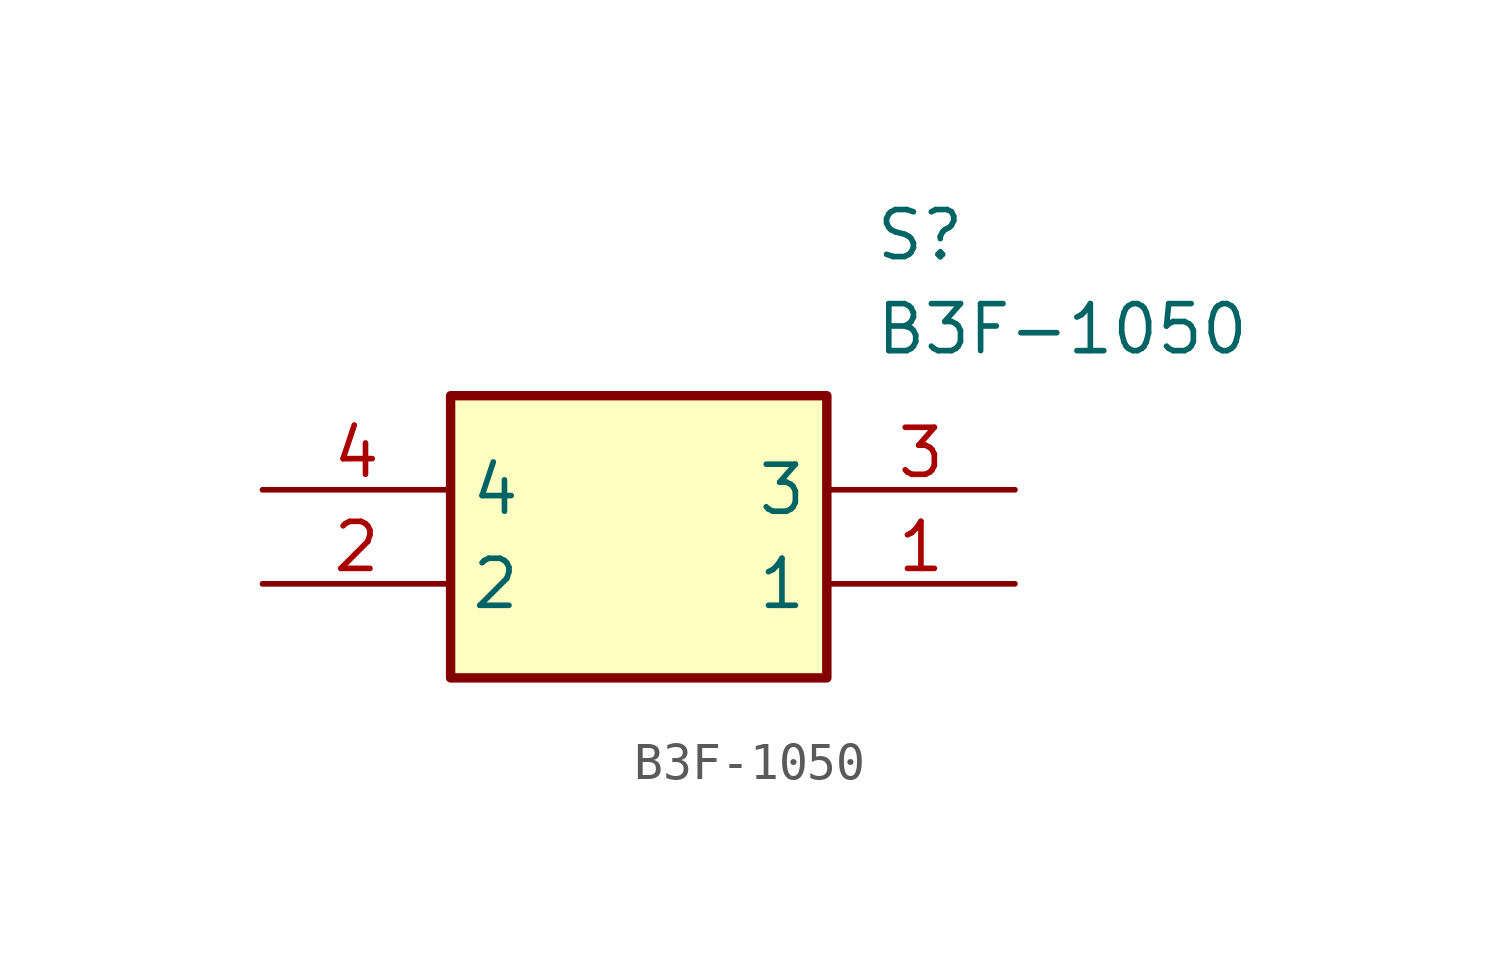
<source format=kicad_sym>
(kicad_symbol_lib
  (version 20211014)
  (generator SamacSys_ECAD_Model)
  (symbol "B3F-1050"
    (property "Reference" "S"
      (at 16.51 7.62 0)
      (effects (font (size 1.27 1.27)) (justify left top)))
    (property "Value" "B3F-1050"
      (at 16.51 5.08 0)
      (effects (font (size 1.27 1.27)) (justify left top)))
    (rectangle
      (start 5.08 2.54)
      (end 15.24 -5.08)
      (stroke (width 0.254) (type default))
      (fill (type background)))
    (pin passive line
      (at 20.32 -2.54 180)
      (length 5.08)
      (name "1" (effects (font (size 1.27 1.27))))
      (number "1" (effects (font (size 1.27 1.27)))))
    (pin passive line
      (at 0 -2.54 0)
      (length 5.08)
      (name "2" (effects (font (size 1.27 1.27))))
      (number "2" (effects (font (size 1.27 1.27)))))
    (pin passive line
      (at 20.32 0 180)
      (length 5.08)
      (name "3" (effects (font (size 1.27 1.27))))
      (number "3" (effects (font (size 1.27 1.27)))))
    (pin passive line
      (at 0 0 0)
      (length 5.08)
      (name "4" (effects (font (size 1.27 1.27))))
      (number "4" (effects (font (size 1.27 1.27)))))))
</source>
